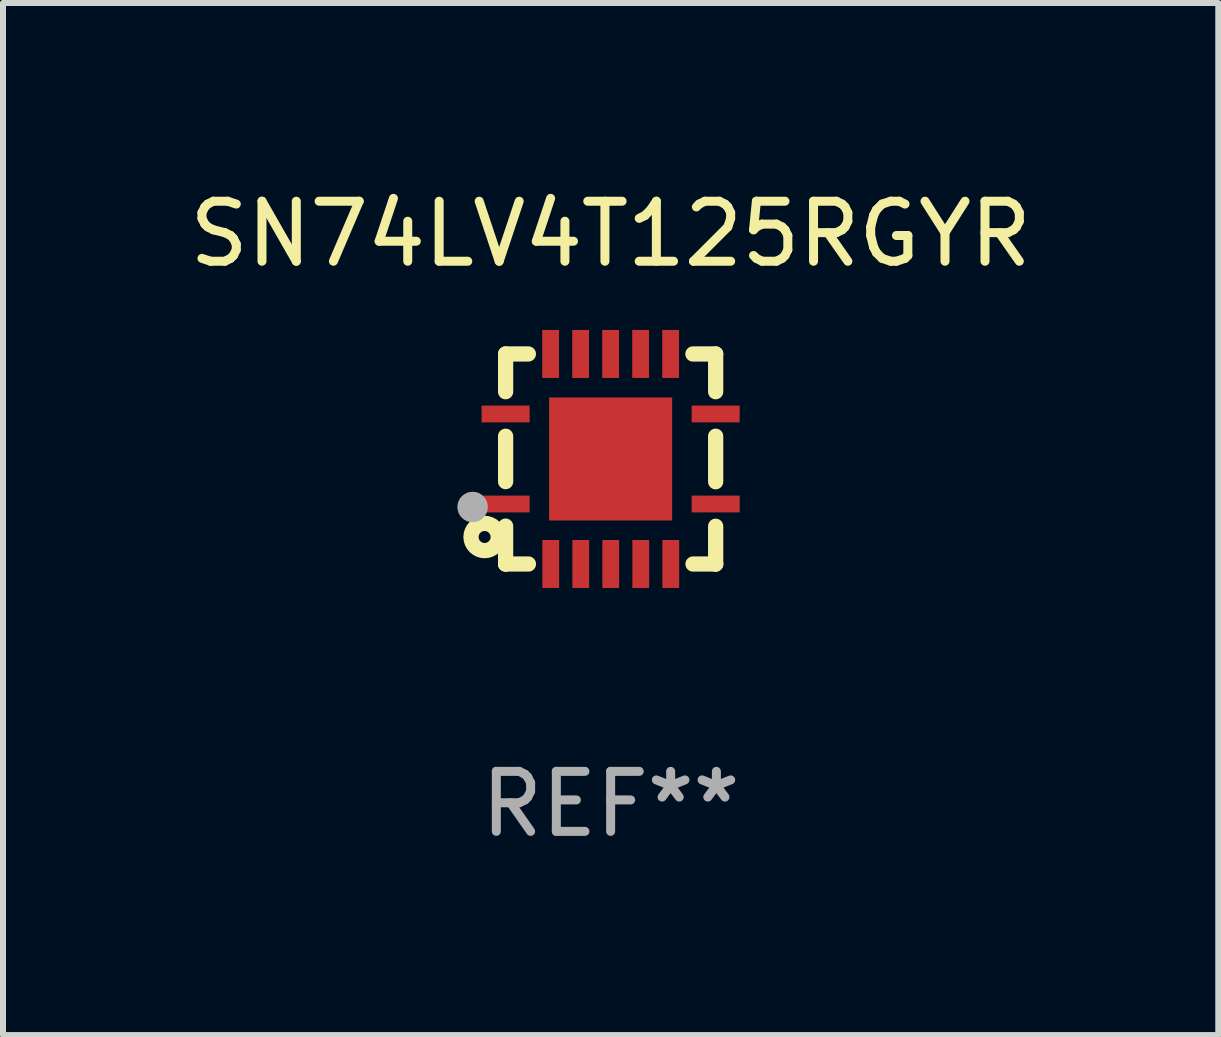
<source format=kicad_pcb>
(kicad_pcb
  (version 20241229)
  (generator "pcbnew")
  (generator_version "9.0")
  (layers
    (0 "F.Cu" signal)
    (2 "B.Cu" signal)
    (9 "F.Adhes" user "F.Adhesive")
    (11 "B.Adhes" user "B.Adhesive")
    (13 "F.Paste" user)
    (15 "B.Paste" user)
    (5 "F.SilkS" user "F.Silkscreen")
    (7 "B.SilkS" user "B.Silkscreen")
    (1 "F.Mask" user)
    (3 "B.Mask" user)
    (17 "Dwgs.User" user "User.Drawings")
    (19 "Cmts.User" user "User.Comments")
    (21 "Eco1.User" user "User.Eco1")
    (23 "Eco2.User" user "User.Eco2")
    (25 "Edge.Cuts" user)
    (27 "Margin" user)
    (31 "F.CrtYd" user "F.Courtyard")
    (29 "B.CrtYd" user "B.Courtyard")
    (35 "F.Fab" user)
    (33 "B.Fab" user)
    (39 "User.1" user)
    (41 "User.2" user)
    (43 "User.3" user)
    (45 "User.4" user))
  (footprint "SN74LV4T125RGYR"
    (layer "F.Cu")
    (at 7.125 4.598)
    (property "Reference" "SN74LV4T125RGYR" (at 0 -3.75 0) (layer "F.SilkS") (effects (font (size 1 1) (thickness 0.15))))
    (attr through_hole)
    (fp_line (start -1.75 1.75) (end -1.37 1.75) (stroke (width 0.254) (type solid)) (layer "F.SilkS"))
    (fp_line (start -1.75 -1.75) (end -1.75 -1.121) (stroke (width 0.254) (type solid)) (layer "F.SilkS"))
    (fp_line (start -1.75 -0.379) (end -1.75 0.377) (stroke (width 0.254) (type solid)) (layer "F.SilkS"))
    (fp_line (start -1.75 1.119) (end -1.75 1.75) (stroke (width 0.254) (type solid)) (layer "F.SilkS"))
    (fp_line (start -1.75 1.75) (end -1.75 1.75) (stroke (width 0.254) (type solid)) (layer "F.SilkS"))
    (fp_line (start -1.371 -1.75) (end -1.75 -1.75) (stroke (width 0.254) (type solid)) (layer "F.SilkS"))
    (fp_line (start 1.373 1.75) (end 1.75 1.75) (stroke (width 0.254) (type solid)) (layer "F.SilkS"))
    (fp_line (start 1.75 1.75) (end 1.75 1.75) (stroke (width 0.254) (type solid)) (layer "F.SilkS"))
    (fp_line (start 1.75 -1.75) (end 1.371 -1.75) (stroke (width 0.254) (type solid)) (layer "F.SilkS"))
    (fp_line (start 1.75 -1.121) (end 1.75 -1.75) (stroke (width 0.254) (type solid)) (layer "F.SilkS"))
    (fp_line (start 1.75 0.379) (end 1.75 -0.379) (stroke (width 0.254) (type solid)) (layer "F.SilkS"))
    (fp_line (start 1.75 1.75) (end 1.75 1.121) (stroke (width 0.254) (type solid)) (layer "F.SilkS"))
    (fp_circle (center -2.1 1.3) (end -2 1.3) (stroke (width 0.254) (type solid)) (fill no) (layer "F.SilkS"))
    (fp_circle (center -1.747 1.751) (end -1.717 1.751) (stroke (width 0.06) (type solid)) (fill no) (layer "F.SilkS"))
    (fp_circle (center -2.3 0.8) (end -2.173 0.8) (stroke (width 0.254) (type solid)) (fill no) (layer "F.Fab"))
    (fp_text user "REF**" (at 0 5.75 0) (layer "F.Fab") (effects (font (size 1 1) (thickness 0.15))))
    (pad "1" smd rect (at -1.75 0.75 270) (size 0.28 0.8) (layers "F.Cu" "F.Mask" "F.Paste"))
    (pad "2" smd rect (at -0.998 1.75 180) (size 0.28 0.8) (layers "F.Cu" "F.Mask" "F.Paste"))
    (pad "3" smd rect (at -0.498 1.75 180) (size 0.28 0.8) (layers "F.Cu" "F.Mask" "F.Paste"))
    (pad "4" smd rect (at 0.002 1.75 180) (size 0.28 0.8) (layers "F.Cu" "F.Mask" "F.Paste"))
    (pad "5" smd rect (at 0.502 1.75 180) (size 0.28 0.8) (layers "F.Cu" "F.Mask" "F.Paste"))
    (pad "6" smd rect (at 1.002 1.75 180) (size 0.28 0.8) (layers "F.Cu" "F.Mask" "F.Paste"))
    (pad "7" smd rect (at 1.75 0.75 270) (size 0.28 0.8) (layers "F.Cu" "F.Mask" "F.Paste"))
    (pad "8" smd rect (at 1.75 -0.75 270) (size 0.28 0.8) (layers "F.Cu" "F.Mask" "F.Paste"))
    (pad "9" smd rect (at 1 -1.75) (size 0.28 0.8) (layers "F.Cu" "F.Mask" "F.Paste"))
    (pad "10" smd rect (at 0.5 -1.75) (size 0.28 0.8) (layers "F.Cu" "F.Mask" "F.Paste"))
    (pad "11" smd rect (at 0 -1.75) (size 0.28 0.8) (layers "F.Cu" "F.Mask" "F.Paste"))
    (pad "12" smd rect (at -0.5 -1.75) (size 0.28 0.8) (layers "F.Cu" "F.Mask" "F.Paste"))
    (pad "13" smd rect (at -1 -1.75) (size 0.28 0.8) (layers "F.Cu" "F.Mask" "F.Paste"))
    (pad "14" smd rect (at -1.75 -0.75 90) (size 0.28 0.8) (layers "F.Cu" "F.Mask" "F.Paste"))
    (pad "15" smd rect (at 0 0 180) (size 2.05 2.05) (layers "F.Cu" "F.Mask" "F.Paste")))
  (gr_rect
    (start -3 -3)
    (end 17.25 14.197)
    (stroke (width 0.1) (type default))
    (fill no)
    (layer "Edge.Cuts")))
</source>
